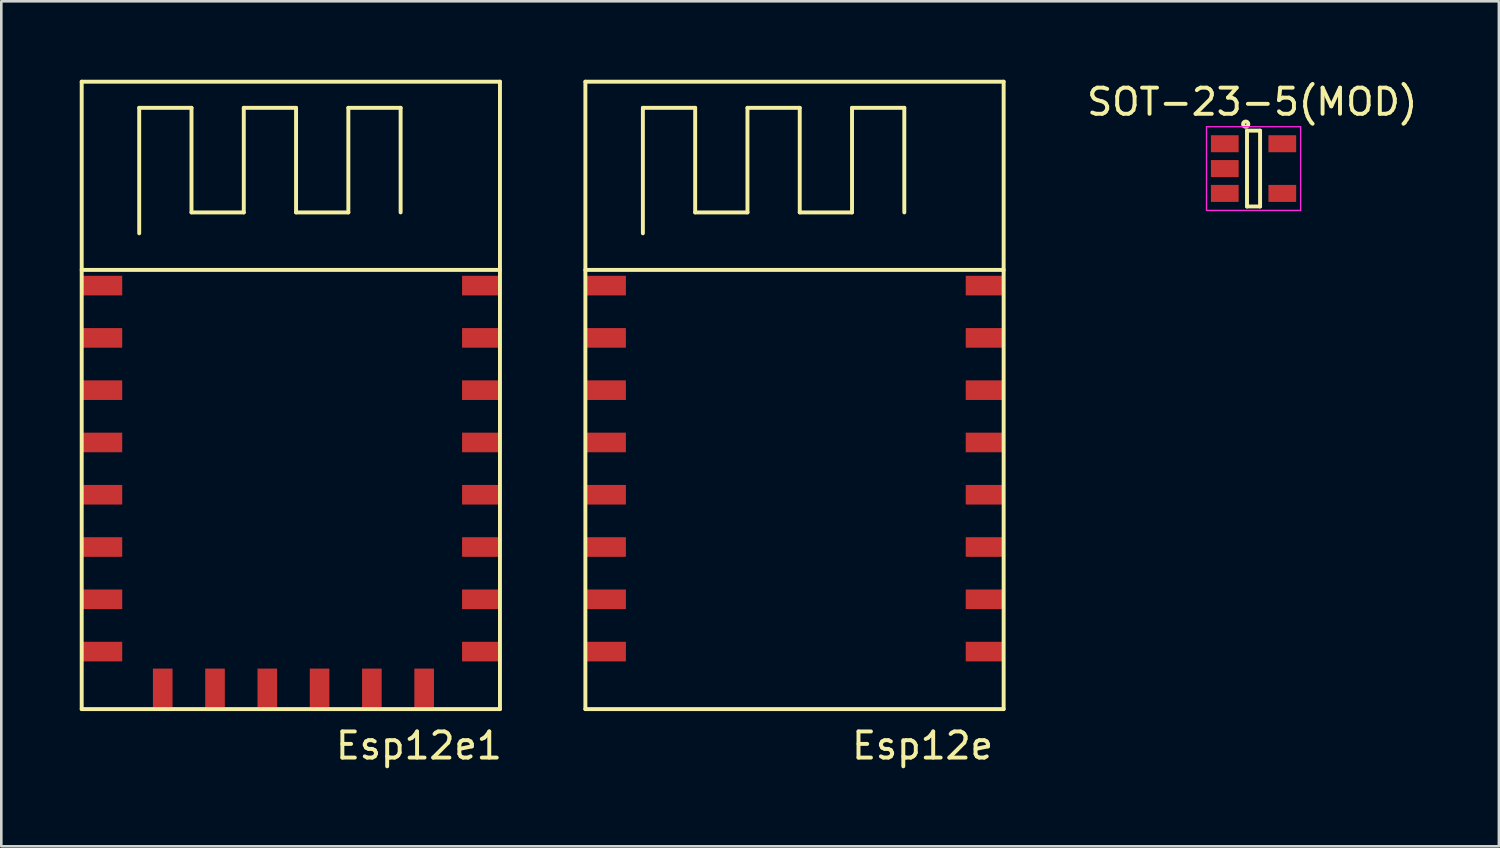
<source format=kicad_pcb>
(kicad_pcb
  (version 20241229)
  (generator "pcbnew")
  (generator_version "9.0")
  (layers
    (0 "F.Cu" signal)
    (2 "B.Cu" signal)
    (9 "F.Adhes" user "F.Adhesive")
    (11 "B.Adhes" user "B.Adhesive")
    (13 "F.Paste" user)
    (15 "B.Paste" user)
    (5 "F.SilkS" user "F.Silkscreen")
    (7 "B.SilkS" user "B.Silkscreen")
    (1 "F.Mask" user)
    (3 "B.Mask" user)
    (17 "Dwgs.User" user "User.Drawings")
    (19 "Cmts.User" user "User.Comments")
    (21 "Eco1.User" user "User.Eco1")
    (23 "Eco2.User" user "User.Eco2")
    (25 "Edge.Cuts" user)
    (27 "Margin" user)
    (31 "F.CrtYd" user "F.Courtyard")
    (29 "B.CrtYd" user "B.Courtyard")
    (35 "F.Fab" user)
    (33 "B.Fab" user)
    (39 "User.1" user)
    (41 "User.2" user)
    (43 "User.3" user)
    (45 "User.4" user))
  (footprint "Esp12e1"
    (layer "F.Cu")
    (at 0.875 7.875)
    (property "Reference" "Esp12e1" (at 12.1 17.6 0) (layer "F.SilkS") (effects (font (size 1 1) (thickness 0.15))))
    (attr through_hole)
    (fp_line (start -0.8 -7.8) (end 15.2 -7.8) (stroke (width 0.15) (type solid)) (layer "F.SilkS"))
    (fp_line (start -0.8 -0.6) (end 15.2 -0.6) (stroke (width 0.15) (type solid)) (layer "F.SilkS"))
    (fp_line (start -0.8 16.2) (end -0.8 -7.8) (stroke (width 0.15) (type solid)) (layer "F.SilkS"))
    (fp_line (start 1.4 -6.8) (end 3.4 -6.8) (stroke (width 0.15) (type solid)) (layer "F.SilkS"))
    (fp_line (start 1.4 -2) (end 1.4 -6.8) (stroke (width 0.15) (type solid)) (layer "F.SilkS"))
    (fp_line (start 3.4 -6.8) (end 3.4 -2.8) (stroke (width 0.15) (type solid)) (layer "F.SilkS"))
    (fp_line (start 3.4 -2.8) (end 5.4 -2.8) (stroke (width 0.15) (type solid)) (layer "F.SilkS"))
    (fp_line (start 5.4 -6.8) (end 7.4 -6.8) (stroke (width 0.15) (type solid)) (layer "F.SilkS"))
    (fp_line (start 5.4 -2.8) (end 5.4 -6.8) (stroke (width 0.15) (type solid)) (layer "F.SilkS"))
    (fp_line (start 7.4 -6.8) (end 7.4 -2.8) (stroke (width 0.15) (type solid)) (layer "F.SilkS"))
    (fp_line (start 7.4 -2.8) (end 9.4 -2.8) (stroke (width 0.15) (type solid)) (layer "F.SilkS"))
    (fp_line (start 9.4 -6.8) (end 11.4 -6.8) (stroke (width 0.15) (type solid)) (layer "F.SilkS"))
    (fp_line (start 9.4 -2.8) (end 9.4 -6.8) (stroke (width 0.15) (type solid)) (layer "F.SilkS"))
    (fp_line (start 11.4 -6.8) (end 11.4 -2.8) (stroke (width 0.15) (type solid)) (layer "F.SilkS"))
    (fp_line (start 15.2 -7.8) (end 15.2 16.2) (stroke (width 0.15) (type solid)) (layer "F.SilkS"))
    (fp_line (start 15.2 16.2) (end -0.8 16.2) (stroke (width 0.15) (type solid)) (layer "F.SilkS"))
    (pad "1" smd rect (at 0 0) (size 1.5 0.75) (layers "F.Cu" "F.Mask" "F.Paste"))
    (pad "2" smd rect (at 0 2) (size 1.5 0.75) (layers "F.Cu" "F.Mask" "F.Paste"))
    (pad "3" smd rect (at 0 4) (size 1.5 0.75) (layers "F.Cu" "F.Mask" "F.Paste"))
    (pad "4" smd rect (at 0 6) (size 1.5 0.75) (layers "F.Cu" "F.Mask" "F.Paste"))
    (pad "5" smd rect (at 0 8) (size 1.5 0.75) (layers "F.Cu" "F.Mask" "F.Paste"))
    (pad "6" smd rect (at 0 10) (size 1.5 0.75) (layers "F.Cu" "F.Mask" "F.Paste"))
    (pad "7" smd rect (at 0 12) (size 1.5 0.75) (layers "F.Cu" "F.Mask" "F.Paste"))
    (pad "8" smd rect (at 0 14) (size 1.5 0.75) (layers "F.Cu" "F.Mask" "F.Paste"))
    (pad "9" smd rect (at 14.5 14) (size 1.5 0.75) (layers "F.Cu" "F.Mask" "F.Paste"))
    (pad "10" smd rect (at 14.5 12) (size 1.5 0.75) (layers "F.Cu" "F.Mask" "F.Paste"))
    (pad "11" smd rect (at 14.5 10) (size 1.5 0.75) (layers "F.Cu" "F.Mask" "F.Paste"))
    (pad "12" smd rect (at 14.5 8) (size 1.5 0.75) (layers "F.Cu" "F.Mask" "F.Paste"))
    (pad "13" smd rect (at 14.5 6) (size 1.5 0.75) (layers "F.Cu" "F.Mask" "F.Paste"))
    (pad "14" smd rect (at 14.5 4) (size 1.5 0.75) (layers "F.Cu" "F.Mask" "F.Paste"))
    (pad "15" smd rect (at 14.5 2) (size 1.5 0.75) (layers "F.Cu" "F.Mask" "F.Paste"))
    (pad "16" smd rect (at 14.5 0) (size 1.5 0.75) (layers "F.Cu" "F.Mask" "F.Paste"))
    (pad "17" smd rect (at 2.3 15.4 90) (size 1.5 0.75) (layers "F.Cu" "F.Mask" "F.Paste"))
    (pad "18" smd rect (at 4.3 15.4 90) (size 1.5 0.75) (layers "F.Cu" "F.Mask" "F.Paste"))
    (pad "19" smd rect (at 6.3 15.4 90) (size 1.5 0.75) (layers "F.Cu" "F.Mask" "F.Paste"))
    (pad "20" smd rect (at 8.3 15.4 90) (size 1.5 0.75) (layers "F.Cu" "F.Mask" "F.Paste"))
    (pad "21" smd rect (at 10.3 15.4 90) (size 1.5 0.75) (layers "F.Cu" "F.Mask" "F.Paste"))
    (pad "22" smd rect (at 12.3 15.4 90) (size 1.5 0.75) (layers "F.Cu" "F.Mask" "F.Paste")))
  (footprint "SOT-23-5(MOD)"
    (layer "F.Cu")
    (at 44.901 3.398)
    (property "Reference" "SOT-23-5(MOD)" (at -0.05 -2.55 0) (layer "F.SilkS") (effects (font (size 1 1) (thickness 0.15))))
    (attr smd)
    (fp_line (start -0.25 -1.45) (end -0.25 1.45) (stroke (width 0.15) (type solid)) (layer "F.SilkS"))
    (fp_line (start -0.25 1.45) (end 0.25 1.45) (stroke (width 0.15) (type solid)) (layer "F.SilkS"))
    (fp_line (start 0.25 -1.45) (end -0.25 -1.45) (stroke (width 0.15) (type solid)) (layer "F.SilkS"))
    (fp_line (start 0.25 1.45) (end 0.25 -1.45) (stroke (width 0.15) (type solid)) (layer "F.SilkS"))
    (fp_circle (center -0.3 -1.7) (end -0.2 -1.7) (stroke (width 0.15) (type solid)) (fill no) (layer "F.SilkS"))
    (fp_line (start -1.8 -1.6) (end 1.8 -1.6) (stroke (width 0.05) (type solid)) (layer "F.CrtYd"))
    (fp_line (start -1.8 1.6) (end -1.8 -1.6) (stroke (width 0.05) (type solid)) (layer "F.CrtYd"))
    (fp_line (start 1.8 -1.6) (end 1.8 1.6) (stroke (width 0.05) (type solid)) (layer "F.CrtYd"))
    (fp_line (start 1.8 1.6) (end -1.8 1.6) (stroke (width 0.05) (type solid)) (layer "F.CrtYd"))
    (pad "1" smd rect (at -1.1 -0.95) (size 1.06 0.65) (layers "F.Cu" "F.Mask" "F.Paste"))
    (pad "2" smd rect (at -1.1 0.95) (size 1.06 0.65) (layers "F.Cu" "F.Mask" "F.Paste"))
    (pad "3" smd rect (at -1.1 0) (size 1.06 0.65) (layers "F.Cu" "F.Mask" "F.Paste"))
    (pad "4" smd rect (at 1.1 0.95) (size 1.06 0.65) (layers "F.Cu" "F.Mask" "F.Paste"))
    (pad "5" smd rect (at 1.1 -0.95) (size 1.06 0.65) (layers "F.Cu" "F.Mask" "F.Paste")))
  (footprint "Esp12e"
    (layer "F.Cu")
    (at 20.142 7.875)
    (property "Reference" "Esp12e" (at 12.1 17.6 0) (layer "F.SilkS") (effects (font (size 1 1) (thickness 0.15))))
    (attr through_hole)
    (fp_line (start -0.8 -7.8) (end 15.2 -7.8) (stroke (width 0.15) (type solid)) (layer "F.SilkS"))
    (fp_line (start -0.8 -0.6) (end 15.2 -0.6) (stroke (width 0.15) (type solid)) (layer "F.SilkS"))
    (fp_line (start -0.8 16.2) (end -0.8 -7.8) (stroke (width 0.15) (type solid)) (layer "F.SilkS"))
    (fp_line (start 1.4 -6.8) (end 3.4 -6.8) (stroke (width 0.15) (type solid)) (layer "F.SilkS"))
    (fp_line (start 1.4 -2) (end 1.4 -6.8) (stroke (width 0.15) (type solid)) (layer "F.SilkS"))
    (fp_line (start 3.4 -6.8) (end 3.4 -2.8) (stroke (width 0.15) (type solid)) (layer "F.SilkS"))
    (fp_line (start 3.4 -2.8) (end 5.4 -2.8) (stroke (width 0.15) (type solid)) (layer "F.SilkS"))
    (fp_line (start 5.4 -6.8) (end 7.4 -6.8) (stroke (width 0.15) (type solid)) (layer "F.SilkS"))
    (fp_line (start 5.4 -2.8) (end 5.4 -6.8) (stroke (width 0.15) (type solid)) (layer "F.SilkS"))
    (fp_line (start 7.4 -6.8) (end 7.4 -2.8) (stroke (width 0.15) (type solid)) (layer "F.SilkS"))
    (fp_line (start 7.4 -2.8) (end 9.4 -2.8) (stroke (width 0.15) (type solid)) (layer "F.SilkS"))
    (fp_line (start 9.4 -6.8) (end 11.4 -6.8) (stroke (width 0.15) (type solid)) (layer "F.SilkS"))
    (fp_line (start 9.4 -2.8) (end 9.4 -6.8) (stroke (width 0.15) (type solid)) (layer "F.SilkS"))
    (fp_line (start 11.4 -6.8) (end 11.4 -2.8) (stroke (width 0.15) (type solid)) (layer "F.SilkS"))
    (fp_line (start 15.2 -7.8) (end 15.2 16.2) (stroke (width 0.15) (type solid)) (layer "F.SilkS"))
    (fp_line (start 15.2 16.2) (end -0.8 16.2) (stroke (width 0.15) (type solid)) (layer "F.SilkS"))
    (pad "1" smd rect (at 0 0) (size 1.5 0.75) (layers "F.Cu" "F.Mask" "F.Paste"))
    (pad "2" smd rect (at 0 2) (size 1.5 0.75) (layers "F.Cu" "F.Mask" "F.Paste"))
    (pad "3" smd rect (at 0 4) (size 1.5 0.75) (layers "F.Cu" "F.Mask" "F.Paste"))
    (pad "4" smd rect (at 0 6) (size 1.5 0.75) (layers "F.Cu" "F.Mask" "F.Paste"))
    (pad "5" smd rect (at 0 8) (size 1.5 0.75) (layers "F.Cu" "F.Mask" "F.Paste"))
    (pad "6" smd rect (at 0 10) (size 1.5 0.75) (layers "F.Cu" "F.Mask" "F.Paste"))
    (pad "7" smd rect (at 0 12) (size 1.5 0.75) (layers "F.Cu" "F.Mask" "F.Paste"))
    (pad "8" smd rect (at 0 14) (size 1.5 0.75) (layers "F.Cu" "F.Mask" "F.Paste"))
    (pad "9" smd rect (at 14.5 14) (size 1.5 0.75) (layers "F.Cu" "F.Mask" "F.Paste"))
    (pad "10" smd rect (at 14.5 12) (size 1.5 0.75) (layers "F.Cu" "F.Mask" "F.Paste"))
    (pad "11" smd rect (at 14.5 10) (size 1.5 0.75) (layers "F.Cu" "F.Mask" "F.Paste"))
    (pad "12" smd rect (at 14.5 8) (size 1.5 0.75) (layers "F.Cu" "F.Mask" "F.Paste"))
    (pad "13" smd rect (at 14.5 6) (size 1.5 0.75) (layers "F.Cu" "F.Mask" "F.Paste"))
    (pad "14" smd rect (at 14.5 4) (size 1.5 0.75) (layers "F.Cu" "F.Mask" "F.Paste"))
    (pad "15" smd rect (at 14.5 2) (size 1.5 0.75) (layers "F.Cu" "F.Mask" "F.Paste"))
    (pad "16" smd rect (at 14.5 0) (size 1.5 0.75) (layers "F.Cu" "F.Mask" "F.Paste")))
  (gr_rect
    (start -3 -3)
    (end 54.286 29.323)
    (stroke (width 0.1) (type default))
    (fill no)
    (layer "Edge.Cuts")))
</source>
